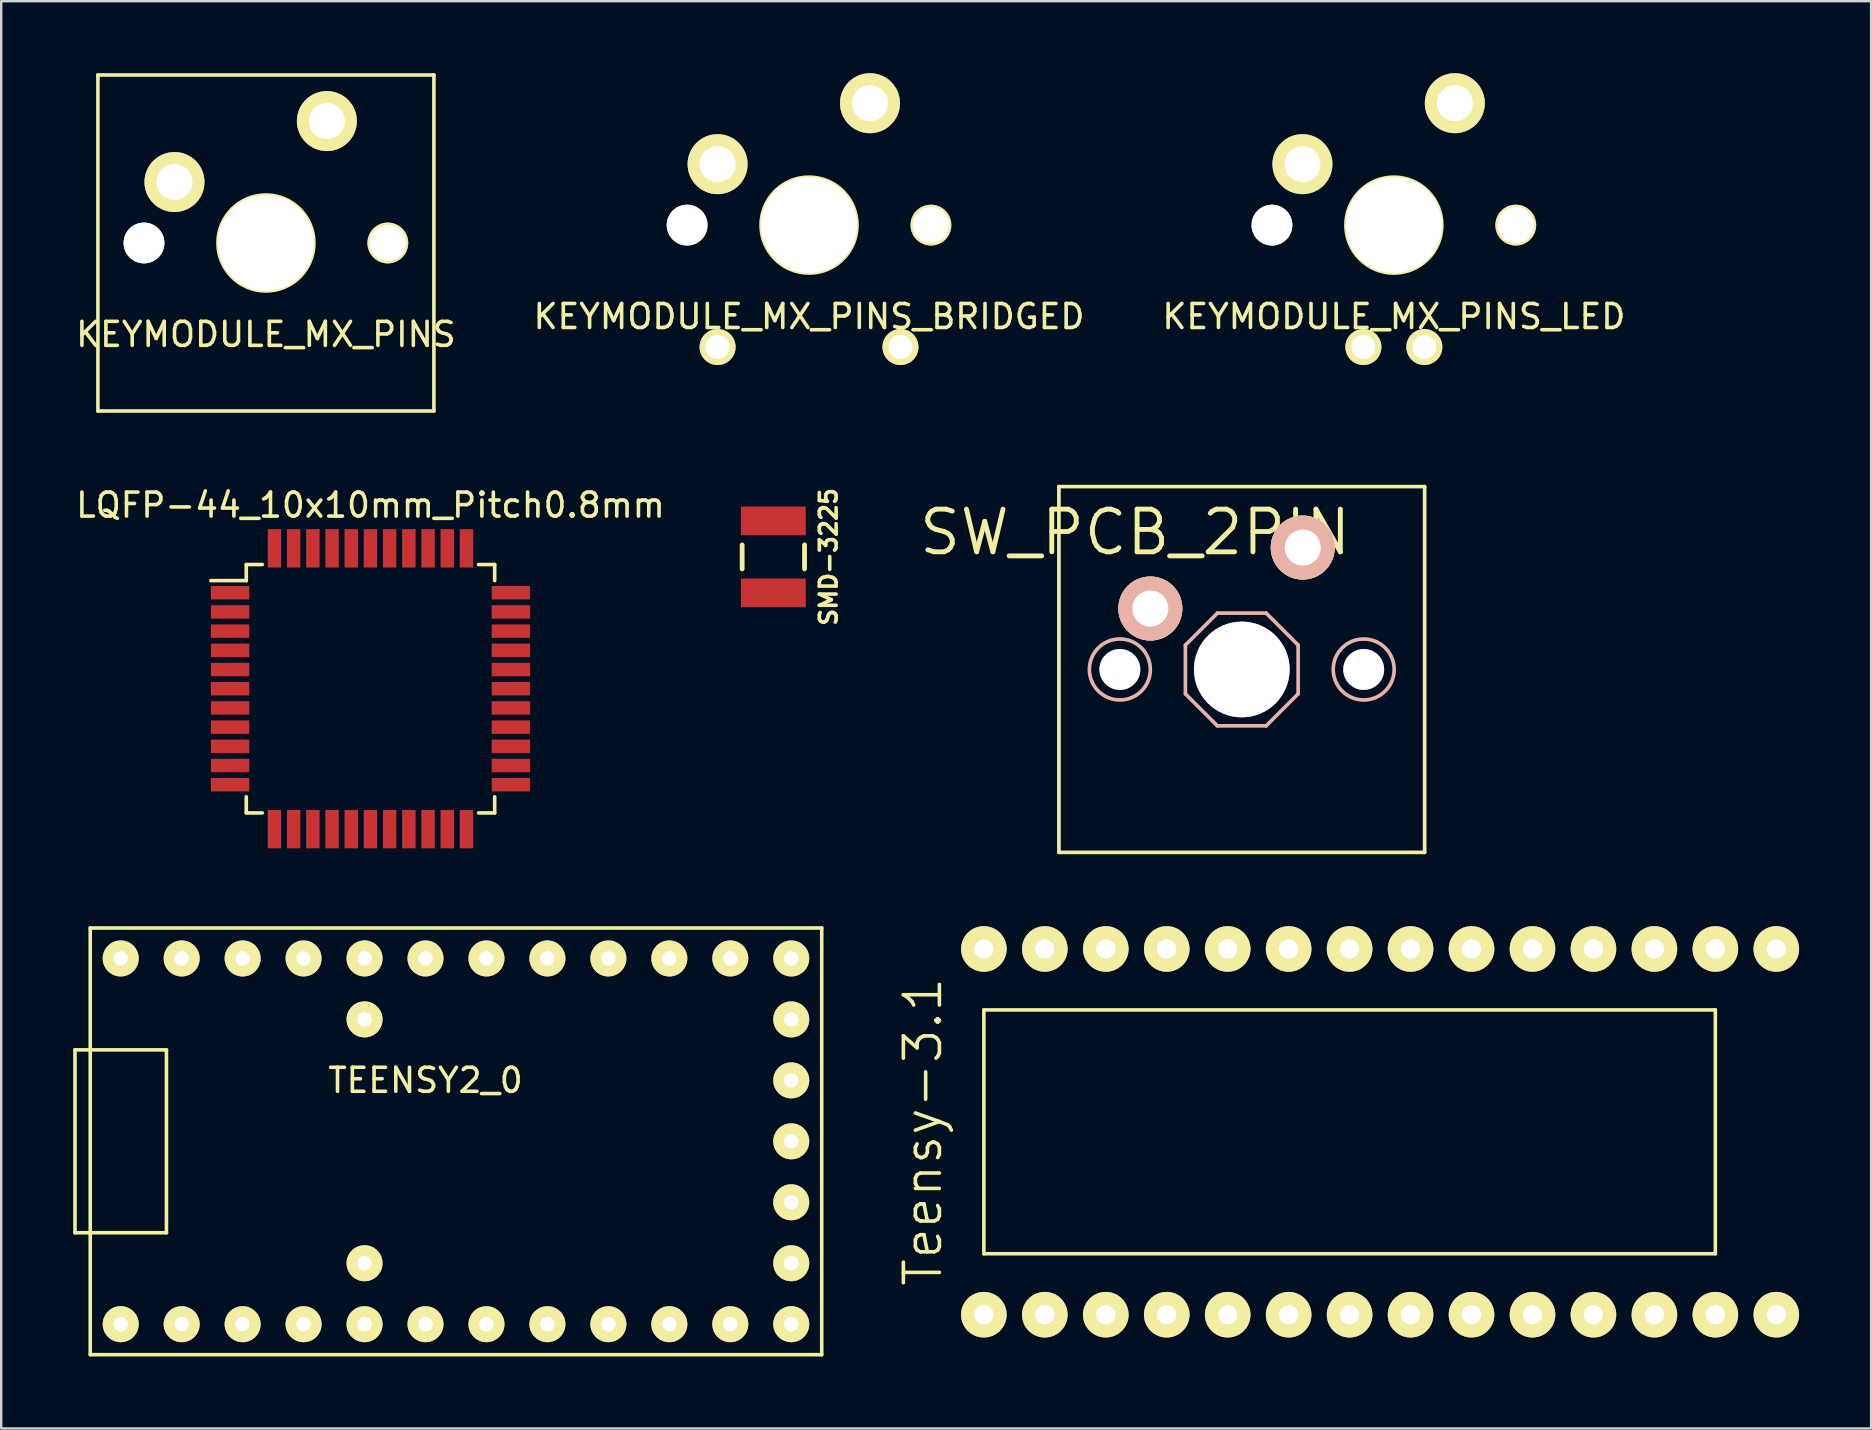
<source format=kicad_pcb>
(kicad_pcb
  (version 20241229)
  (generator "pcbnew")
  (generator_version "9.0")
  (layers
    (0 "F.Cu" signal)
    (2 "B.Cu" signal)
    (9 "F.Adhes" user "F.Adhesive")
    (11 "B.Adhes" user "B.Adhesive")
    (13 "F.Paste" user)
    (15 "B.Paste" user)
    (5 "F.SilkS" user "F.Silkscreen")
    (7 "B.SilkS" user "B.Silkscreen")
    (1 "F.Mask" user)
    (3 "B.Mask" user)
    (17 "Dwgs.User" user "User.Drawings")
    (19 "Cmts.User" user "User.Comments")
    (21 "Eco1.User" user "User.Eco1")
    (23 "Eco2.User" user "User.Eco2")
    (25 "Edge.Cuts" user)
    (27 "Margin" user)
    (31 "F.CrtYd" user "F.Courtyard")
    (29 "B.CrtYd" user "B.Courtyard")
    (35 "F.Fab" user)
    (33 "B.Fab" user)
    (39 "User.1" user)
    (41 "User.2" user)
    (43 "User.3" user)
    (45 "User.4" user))
  (footprint "KEYMODULE_MX_PINS"
    (layer "F.Cu")
    (at 8.03 7.075)
    (property "Reference" "KEYMODULE_MX_PINS" (at 0 3.81 0) (layer "F.SilkS") (effects (font (size 1 1) (thickness 0.15))))
    (attr through_hole)
    (fp_line (start -7 -7) (end -7 7) (stroke (width 0.15) (type solid)) (layer "F.SilkS"))
    (fp_line (start -7 7) (end 7 7) (stroke (width 0.15) (type solid)) (layer "F.SilkS"))
    (fp_line (start 7 -7) (end -7 -7) (stroke (width 0.15) (type solid)) (layer "F.SilkS"))
    (fp_line (start 7 7) (end 7 -7) (stroke (width 0.15) (type solid)) (layer "F.SilkS"))
    (fp_circle (center 0 0) (end 2 0) (stroke (width 0.15) (type solid)) (fill no) (layer "F.SilkS"))
    (pad "" np_thru_hole circle (at -5.08 0) (size 1.7 1.7) (drill 1.7) (layers "*.Cu" "*.Mask" "F.SilkS"))
    (pad "" np_thru_hole circle (at 0 0) (size 4 4) (drill 4) (layers "*.Cu" "*.Mask" "F.SilkS"))
    (pad "" np_thru_hole circle (at 5.08 0) (size 1.7 1.7) (drill 1.5) (layers "*.Cu" "*.Mask" "F.SilkS"))
    (pad "1" thru_hole circle (at 2.54 -5.08) (size 2.5 2.5) (drill 1.5) (layers "*.Cu" "*.Mask" "F.SilkS"))
    (pad "2" thru_hole circle (at -3.81 -2.54) (size 2.5 2.5) (drill 1.5) (layers "*.Cu" "*.Mask" "F.SilkS")))
  (footprint "KEYMODULE_MX_PINS_BRIDGED"
    (layer "F.Cu")
    (at 30.661 6.33)
    (property "Reference" "KEYMODULE_MX_PINS_BRIDGED" (at 0 3.81 0) (layer "F.SilkS") (effects (font (size 1 1) (thickness 0.15))))
    (attr through_hole)
    (fp_circle (center 0 0) (end 2 0) (stroke (width 0.15) (type solid)) (fill no) (layer "F.SilkS"))
    (pad "" np_thru_hole circle (at -5.08 0) (size 1.7 1.7) (drill 1.7) (layers "*.Cu" "*.Mask" "F.SilkS"))
    (pad "" np_thru_hole circle (at 0 0) (size 4 4) (drill 4) (layers "*.Cu" "*.Mask" "F.SilkS"))
    (pad "" np_thru_hole circle (at 5.08 0) (size 1.7 1.7) (drill 1.5) (layers "*.Cu" "*.Mask" "F.SilkS"))
    (pad "1" thru_hole circle (at -3.81 -2.54) (size 2.5 2.5) (drill 1.5) (layers "*.Cu" "*.Mask" "F.SilkS"))
    (pad "2" thru_hole circle (at 2.54 -5.08) (size 2.5 2.5) (drill 1.5) (layers "*.Cu" "*.Mask" "F.SilkS"))
    (pad "3" thru_hole circle (at -3.81 5.08) (size 1.5 1.5) (drill 1) (layers "*.Cu" "*.Mask" "F.SilkS"))
    (pad "4" thru_hole circle (at 3.81 5.08) (size 1.5 1.5) (drill 1) (layers "*.Cu" "*.Mask" "F.SilkS")))
  (footprint "TEENSY2_0"
    (layer "F.Cu")
    (at 14.68 44.507)
    (property "Reference" "TEENSY2_0" (at 0 -2.54 0) (layer "F.SilkS") (effects (font (size 1 1) (thickness 0.15))))
    (attr through_hole)
    (fp_line (start -14.605 -3.81) (end -14.605 3.81) (stroke (width 0.15) (type solid)) (layer "F.SilkS"))
    (fp_line (start -14.605 -3.81) (end -10.795 -3.81) (stroke (width 0.15) (type solid)) (layer "F.SilkS"))
    (fp_line (start -14.605 3.81) (end -10.795 3.81) (stroke (width 0.15) (type solid)) (layer "F.SilkS"))
    (fp_line (start -13.97 -8.89) (end -13.97 8.89) (stroke (width 0.15) (type solid)) (layer "F.SilkS"))
    (fp_line (start -13.97 8.89) (end 16.51 8.89) (stroke (width 0.15) (type solid)) (layer "F.SilkS"))
    (fp_line (start -10.795 3.81) (end -10.795 -3.81) (stroke (width 0.15) (type solid)) (layer "F.SilkS"))
    (fp_line (start 16.51 -8.89) (end -13.97 -8.89) (stroke (width 0.15) (type solid)) (layer "F.SilkS"))
    (fp_line (start 16.51 8.89) (end 16.51 -8.89) (stroke (width 0.15) (type solid)) (layer "F.SilkS"))
    (pad "0" thru_hole circle (at -10.16 7.62) (size 1.5 1.5) (drill 0.6) (layers "*.Cu" "*.Mask" "F.SilkS"))
    (pad "1" thru_hole circle (at -7.62 7.62) (size 1.5 1.5) (drill 0.6) (layers "*.Cu" "*.Mask" "F.SilkS"))
    (pad "2" thru_hole circle (at -5.08 7.62) (size 1.5 1.5) (drill 0.6) (layers "*.Cu" "*.Mask" "F.SilkS"))
    (pad "3" thru_hole circle (at -2.54 7.62) (size 1.5 1.5) (drill 0.6) (layers "*.Cu" "*.Mask" "F.SilkS"))
    (pad "4" thru_hole circle (at 0 7.62) (size 1.5 1.5) (drill 0.6) (layers "*.Cu" "*.Mask" "F.SilkS"))
    (pad "5" thru_hole circle (at 2.54 7.62) (size 1.5 1.5) (drill 0.6) (layers "*.Cu" "*.Mask" "F.SilkS"))
    (pad "6" thru_hole circle (at 5.08 7.62) (size 1.5 1.5) (drill 0.6) (layers "*.Cu" "*.Mask" "F.SilkS"))
    (pad "7" thru_hole circle (at 7.62 7.62) (size 1.5 1.5) (drill 0.6) (layers "*.Cu" "*.Mask" "F.SilkS"))
    (pad "8" thru_hole circle (at 10.16 7.62) (size 1.5 1.5) (drill 0.6) (layers "*.Cu" "*.Mask" "F.SilkS"))
    (pad "9" thru_hole circle (at 12.7 7.62) (size 1.5 1.5) (drill 0.6) (layers "*.Cu" "*.Mask" "F.SilkS"))
    (pad "10" thru_hole circle (at 15.24 7.62) (size 1.5 1.5) (drill 0.6) (layers "*.Cu" "*.Mask" "F.SilkS"))
    (pad "11" thru_hole circle (at 15.24 -7.62) (size 1.5 1.5) (drill 0.6) (layers "*.Cu" "*.Mask" "F.SilkS"))
    (pad "12" thru_hole circle (at 12.7 -7.62) (size 1.5 1.5) (drill 0.6) (layers "*.Cu" "*.Mask" "F.SilkS"))
    (pad "13" thru_hole circle (at 10.16 -7.62) (size 1.5 1.5) (drill 0.6) (layers "*.Cu" "*.Mask" "F.SilkS"))
    (pad "14" thru_hole circle (at 7.62 -7.62) (size 1.5 1.5) (drill 0.6) (layers "*.Cu" "*.Mask" "F.SilkS"))
    (pad "15" thru_hole circle (at 5.08 -7.62) (size 1.5 1.5) (drill 0.6) (layers "*.Cu" "*.Mask" "F.SilkS"))
    (pad "16" thru_hole circle (at 2.54 -7.62) (size 1.5 1.5) (drill 0.6) (layers "*.Cu" "*.Mask" "F.SilkS"))
    (pad "17" thru_hole circle (at 0 -7.62) (size 1.5 1.5) (drill 0.6) (layers "*.Cu" "*.Mask" "F.SilkS"))
    (pad "18" thru_hole circle (at -2.54 -7.62) (size 1.5 1.5) (drill 0.6) (layers "*.Cu" "*.Mask" "F.SilkS"))
    (pad "19" thru_hole circle (at -5.08 -7.62) (size 1.5 1.5) (drill 0.6) (layers "*.Cu" "*.Mask" "F.SilkS"))
    (pad "20" thru_hole circle (at -7.62 -7.62) (size 1.5 1.5) (drill 0.6) (layers "*.Cu" "*.Mask" "F.SilkS"))
    (pad "21" thru_hole circle (at -10.16 -7.62) (size 1.5 1.5) (drill 0.6) (layers "*.Cu" "*.Mask" "F.SilkS"))
    (pad "22" thru_hole circle (at 15.24 -5.08) (size 1.5 1.5) (drill 0.6) (layers "*.Cu" "*.Mask" "F.SilkS"))
    (pad "23" thru_hole circle (at 15.24 5.08) (size 1.5 1.5) (drill 0.6) (layers "*.Cu" "*.Mask" "F.SilkS"))
    (pad "24" thru_hole circle (at -2.54 5.08) (size 1.5 1.5) (drill 0.6) (layers "*.Cu" "*.Mask" "F.SilkS"))
    (pad "25" thru_hole circle (at -2.54 -5.08) (size 1.5 1.5) (drill 0.6) (layers "*.Cu" "*.Mask" "F.SilkS"))
    (pad "26" thru_hole circle (at 15.24 -2.54) (size 1.5 1.5) (drill 0.6) (layers "*.Cu" "*.Mask" "F.SilkS"))
    (pad "27" thru_hole circle (at 15.24 2.54) (size 1.5 1.5) (drill 0.6) (layers "*.Cu" "*.Mask" "F.SilkS"))
    (pad "28" thru_hole circle (at -12.7 -7.62) (size 1.5 1.5) (drill 0.6) (layers "*.Cu" "*.Mask" "F.SilkS"))
    (pad "29" thru_hole circle (at 15.24 0) (size 1.5 1.5) (drill 0.6) (layers "*.Cu" "*.Mask" "F.SilkS"))
    (pad "30" thru_hole circle (at -12.7 7.62) (size 1.5 1.5) (drill 0.6) (layers "*.Cu" "*.Mask" "F.SilkS")))
  (footprint "SMD-3225"
    (layer "F.Cu")
    (at 29.174 20.155)
    (property "Reference" "SMD-3225" (at 2.3 0 90) (layer "F.SilkS") (effects (font (size 0.7 0.7) (thickness 0.15))))
    (attr through_hole)
    (fp_line (start -1.3 0.5) (end -1.3 -0.5) (stroke (width 0.2) (type solid)) (layer "F.SilkS"))
    (fp_line (start 1.3 -0.5) (end 1.3 0.5) (stroke (width 0.2) (type solid)) (layer "F.SilkS"))
    (pad "1" smd rect (at 0 -1.5) (size 2.7 1.2) (layers "F.Cu" "F.Mask" "F.Paste"))
    (pad "2" smd rect (at 0 1.5) (size 2.7 1.2) (layers "F.Cu" "F.Mask" "F.Paste")))
  (footprint "KEYMODULE_MX_PINS_LED"
    (layer "F.Cu")
    (at 55.03 6.33)
    (property "Reference" "KEYMODULE_MX_PINS_LED" (at 0 3.81 0) (layer "F.SilkS") (effects (font (size 1 1) (thickness 0.15))))
    (attr through_hole)
    (fp_circle (center 0 0) (end 2 0) (stroke (width 0.15) (type solid)) (fill no) (layer "F.SilkS"))
    (pad "" np_thru_hole circle (at -5.08 0) (size 1.7 1.7) (drill 1.7) (layers "*.Cu" "*.Mask" "F.SilkS"))
    (pad "" np_thru_hole circle (at 0 0) (size 4 4) (drill 4) (layers "*.Cu" "*.Mask" "F.SilkS"))
    (pad "" np_thru_hole circle (at 5.08 0) (size 1.7 1.7) (drill 1.5) (layers "*.Cu" "*.Mask" "F.SilkS"))
    (pad "1" thru_hole circle (at -3.81 -2.54) (size 2.5 2.5) (drill 1.5) (layers "*.Cu" "*.Mask" "F.SilkS"))
    (pad "2" thru_hole circle (at 2.54 -5.08) (size 2.5 2.5) (drill 1.5) (layers "*.Cu" "*.Mask" "F.SilkS"))
    (pad "3" thru_hole circle (at -1.27 5.08) (size 1.5 1.5) (drill 1) (layers "*.Cu" "*.Mask" "F.SilkS"))
    (pad "4" thru_hole circle (at 1.27 5.08) (size 1.5 1.5) (drill 1) (layers "*.Cu" "*.Mask" "F.SilkS")))
  (footprint "Teensy-3.1"
    (layer "F.Cu")
    (at 40.486 51.732)
    (property "Reference" "Teensy-3.1" (at -5.08 -7.62 90) (layer "F.SilkS") (effects (font (size 1.5 1.5) (thickness 0.15))))
    (attr through_hole)
    (fp_line (start -2.54 -12.7) (end 27.94 -12.7) (stroke (width 0.15) (type solid)) (layer "F.SilkS"))
    (fp_line (start -2.54 -2.54) (end -2.54 -12.7) (stroke (width 0.15) (type solid)) (layer "F.SilkS"))
    (fp_line (start 27.94 -12.7) (end 27.94 -2.54) (stroke (width 0.15) (type solid)) (layer "F.SilkS"))
    (fp_line (start 27.94 -2.54) (end -2.54 -2.54) (stroke (width 0.15) (type solid)) (layer "F.SilkS"))
    (pad "0" thru_hole circle (at 0 0) (size 1.9 1.9) (drill 0.8) (layers "*.Cu" "*.Mask" "F.SilkS"))
    (pad "1" thru_hole circle (at 2.54 0) (size 1.9 1.9) (drill 0.8) (layers "*.Cu" "*.Mask" "F.SilkS"))
    (pad "2" thru_hole circle (at 5.08 0) (size 1.9 1.9) (drill 0.8) (layers "*.Cu" "*.Mask" "F.SilkS"))
    (pad "3" thru_hole circle (at 7.62 0) (size 1.9 1.9) (drill 0.8) (layers "*.Cu" "*.Mask" "F.SilkS"))
    (pad "4" thru_hole circle (at 10.16 0) (size 1.9 1.9) (drill 0.8) (layers "*.Cu" "*.Mask" "F.SilkS"))
    (pad "5" thru_hole circle (at 12.7 0) (size 1.9 1.9) (drill 0.8) (layers "*.Cu" "*.Mask" "F.SilkS"))
    (pad "6" thru_hole circle (at 15.24 0) (size 1.9 1.9) (drill 0.8) (layers "*.Cu" "*.Mask" "F.SilkS"))
    (pad "7" thru_hole circle (at 17.78 0) (size 1.9 1.9) (drill 0.8) (layers "*.Cu" "*.Mask" "F.SilkS"))
    (pad "8" thru_hole circle (at 20.32 0) (size 1.9 1.9) (drill 0.8) (layers "*.Cu" "*.Mask" "F.SilkS"))
    (pad "9" thru_hole circle (at 22.86 0) (size 1.9 1.9) (drill 0.8) (layers "*.Cu" "*.Mask" "F.SilkS"))
    (pad "10" thru_hole circle (at 25.4 0) (size 1.9 1.9) (drill 0.8) (layers "*.Cu" "*.Mask" "F.SilkS"))
    (pad "11" thru_hole circle (at 27.94 0) (size 1.9 1.9) (drill 0.8) (layers "*.Cu" "*.Mask" "F.SilkS"))
    (pad "12" thru_hole circle (at 30.48 0) (size 1.9 1.9) (drill 0.8) (layers "*.Cu" "*.Mask" "F.SilkS"))
    (pad "13" thru_hole circle (at 30.48 -15.24) (size 1.9 1.9) (drill 0.8) (layers "*.Cu" "*.Mask" "F.SilkS"))
    (pad "14" thru_hole circle (at 27.94 -15.24) (size 1.9 1.9) (drill 0.8) (layers "*.Cu" "*.Mask" "F.SilkS"))
    (pad "15" thru_hole circle (at 25.4 -15.24) (size 1.9 1.9) (drill 0.8) (layers "*.Cu" "*.Mask" "F.SilkS"))
    (pad "16" thru_hole circle (at 22.86 -15.24) (size 1.9 1.9) (drill 0.8) (layers "*.Cu" "*.Mask" "F.SilkS"))
    (pad "17" thru_hole circle (at 20.32 -15.24) (size 1.9 1.9) (drill 0.8) (layers "*.Cu" "*.Mask" "F.SilkS"))
    (pad "18" thru_hole circle (at 17.78 -15.24) (size 1.9 1.9) (drill 0.8) (layers "*.Cu" "*.Mask" "F.SilkS"))
    (pad "19" thru_hole circle (at 15.24 -15.24) (size 1.9 1.9) (drill 0.8) (layers "*.Cu" "*.Mask" "F.SilkS"))
    (pad "20" thru_hole circle (at 12.7 -15.24) (size 1.9 1.9) (drill 0.8) (layers "*.Cu" "*.Mask" "F.SilkS"))
    (pad "21" thru_hole circle (at 10.16 -15.24) (size 1.9 1.9) (drill 0.8) (layers "*.Cu" "*.Mask" "F.SilkS"))
    (pad "22" thru_hole circle (at 7.62 -15.24) (size 1.9 1.9) (drill 0.8) (layers "*.Cu" "*.Mask" "F.SilkS"))
    (pad "23" thru_hole circle (at 5.08 -15.24) (size 1.9 1.9) (drill 0.8) (layers "*.Cu" "*.Mask" "F.SilkS"))
    (pad "24" thru_hole circle (at 2.54 -15.24) (size 1.9 1.9) (drill 0.8) (layers "*.Cu" "*.Mask" "F.SilkS"))
    (pad "25" thru_hole circle (at 0 -15.24) (size 1.9 1.9) (drill 0.8) (layers "*.Cu" "*.Mask" "F.SilkS"))
    (pad "26" thru_hole circle (at -2.54 -15.24) (size 1.9 1.9) (drill 0.8) (layers "*.Cu" "*.Mask" "F.SilkS"))
    (pad "27" thru_hole circle (at -2.54 0) (size 1.9 1.9) (drill 0.8) (layers "*.Cu" "*.Mask" "F.SilkS")))
  (footprint "LQFP-44_10x10mm_Pitch0.8mm"
    (layer "F.Cu")
    (at 12.387 25.648)
    (property "Reference" "LQFP-44_10x10mm_Pitch0.8mm" (at 0 -7.65 0) (layer "F.SilkS") (effects (font (size 1 1) (thickness 0.15))))
    (attr smd)
    (fp_line (start -5.175 -5.175) (end -5.175 -4.505) (stroke (width 0.15) (type solid)) (layer "F.SilkS"))
    (fp_line (start -5.175 -5.175) (end -4.505 -5.175) (stroke (width 0.15) (type solid)) (layer "F.SilkS"))
    (fp_line (start -5.175 -4.505) (end -6.65 -4.505) (stroke (width 0.15) (type solid)) (layer "F.SilkS"))
    (fp_line (start -5.175 5.175) (end -5.175 4.505) (stroke (width 0.15) (type solid)) (layer "F.SilkS"))
    (fp_line (start -5.175 5.175) (end -4.505 5.175) (stroke (width 0.15) (type solid)) (layer "F.SilkS"))
    (fp_line (start 5.175 -5.175) (end 4.505 -5.175) (stroke (width 0.15) (type solid)) (layer "F.SilkS"))
    (fp_line (start 5.175 -5.175) (end 5.175 -4.505) (stroke (width 0.15) (type solid)) (layer "F.SilkS"))
    (fp_line (start 5.175 5.175) (end 4.505 5.175) (stroke (width 0.15) (type solid)) (layer "F.SilkS"))
    (fp_line (start 5.175 5.175) (end 5.175 4.505) (stroke (width 0.15) (type solid)) (layer "F.SilkS"))
    (pad "1" smd rect (at -5.85 -4) (size 1.6 0.56) (layers "F.Cu" "F.Mask" "F.Paste"))
    (pad "2" smd rect (at -5.85 -3.2) (size 1.6 0.56) (layers "F.Cu" "F.Mask" "F.Paste"))
    (pad "3" smd rect (at -5.85 -2.4) (size 1.6 0.56) (layers "F.Cu" "F.Mask" "F.Paste"))
    (pad "4" smd rect (at -5.85 -1.6) (size 1.6 0.56) (layers "F.Cu" "F.Mask" "F.Paste"))
    (pad "5" smd rect (at -5.85 -0.8) (size 1.6 0.56) (layers "F.Cu" "F.Mask" "F.Paste"))
    (pad "6" smd rect (at -5.85 0) (size 1.6 0.56) (layers "F.Cu" "F.Mask" "F.Paste"))
    (pad "7" smd rect (at -5.85 0.8) (size 1.6 0.56) (layers "F.Cu" "F.Mask" "F.Paste"))
    (pad "8" smd rect (at -5.85 1.6) (size 1.6 0.56) (layers "F.Cu" "F.Mask" "F.Paste"))
    (pad "9" smd rect (at -5.85 2.4) (size 1.6 0.56) (layers "F.Cu" "F.Mask" "F.Paste"))
    (pad "10" smd rect (at -5.85 3.2) (size 1.6 0.56) (layers "F.Cu" "F.Mask" "F.Paste"))
    (pad "11" smd rect (at -5.85 4) (size 1.6 0.56) (layers "F.Cu" "F.Mask" "F.Paste"))
    (pad "12" smd rect (at -4 5.85 90) (size 1.6 0.56) (layers "F.Cu" "F.Mask" "F.Paste"))
    (pad "13" smd rect (at -3.2 5.85 90) (size 1.6 0.56) (layers "F.Cu" "F.Mask" "F.Paste"))
    (pad "14" smd rect (at -2.4 5.85 90) (size 1.6 0.56) (layers "F.Cu" "F.Mask" "F.Paste"))
    (pad "15" smd rect (at -1.6 5.85 90) (size 1.6 0.56) (layers "F.Cu" "F.Mask" "F.Paste"))
    (pad "16" smd rect (at -0.8 5.85 90) (size 1.6 0.56) (layers "F.Cu" "F.Mask" "F.Paste"))
    (pad "17" smd rect (at 0 5.85 90) (size 1.6 0.56) (layers "F.Cu" "F.Mask" "F.Paste"))
    (pad "18" smd rect (at 0.8 5.85 90) (size 1.6 0.56) (layers "F.Cu" "F.Mask" "F.Paste"))
    (pad "19" smd rect (at 1.6 5.85 90) (size 1.6 0.56) (layers "F.Cu" "F.Mask" "F.Paste"))
    (pad "20" smd rect (at 2.4 5.85 90) (size 1.6 0.56) (layers "F.Cu" "F.Mask" "F.Paste"))
    (pad "21" smd rect (at 3.2 5.85 90) (size 1.6 0.56) (layers "F.Cu" "F.Mask" "F.Paste"))
    (pad "22" smd rect (at 4 5.85 90) (size 1.6 0.56) (layers "F.Cu" "F.Mask" "F.Paste"))
    (pad "23" smd rect (at 5.85 4) (size 1.6 0.56) (layers "F.Cu" "F.Mask" "F.Paste"))
    (pad "24" smd rect (at 5.85 3.2) (size 1.6 0.56) (layers "F.Cu" "F.Mask" "F.Paste"))
    (pad "25" smd rect (at 5.85 2.4) (size 1.6 0.56) (layers "F.Cu" "F.Mask" "F.Paste"))
    (pad "26" smd rect (at 5.85 1.6) (size 1.6 0.56) (layers "F.Cu" "F.Mask" "F.Paste"))
    (pad "27" smd rect (at 5.85 0.8) (size 1.6 0.56) (layers "F.Cu" "F.Mask" "F.Paste"))
    (pad "28" smd rect (at 5.85 0) (size 1.6 0.56) (layers "F.Cu" "F.Mask" "F.Paste"))
    (pad "29" smd rect (at 5.85 -0.8) (size 1.6 0.56) (layers "F.Cu" "F.Mask" "F.Paste"))
    (pad "30" smd rect (at 5.85 -1.6) (size 1.6 0.56) (layers "F.Cu" "F.Mask" "F.Paste"))
    (pad "31" smd rect (at 5.85 -2.4) (size 1.6 0.56) (layers "F.Cu" "F.Mask" "F.Paste"))
    (pad "32" smd rect (at 5.85 -3.2) (size 1.6 0.56) (layers "F.Cu" "F.Mask" "F.Paste"))
    (pad "33" smd rect (at 5.85 -4) (size 1.6 0.56) (layers "F.Cu" "F.Mask" "F.Paste"))
    (pad "34" smd rect (at 4 -5.85 90) (size 1.6 0.56) (layers "F.Cu" "F.Mask" "F.Paste"))
    (pad "35" smd rect (at 3.2 -5.85 90) (size 1.6 0.56) (layers "F.Cu" "F.Mask" "F.Paste"))
    (pad "36" smd rect (at 2.4 -5.85 90) (size 1.6 0.56) (layers "F.Cu" "F.Mask" "F.Paste"))
    (pad "37" smd rect (at 1.6 -5.85 90) (size 1.6 0.56) (layers "F.Cu" "F.Mask" "F.Paste"))
    (pad "38" smd rect (at 0.8 -5.85 90) (size 1.6 0.56) (layers "F.Cu" "F.Mask" "F.Paste"))
    (pad "39" smd rect (at 0 -5.85 90) (size 1.6 0.56) (layers "F.Cu" "F.Mask" "F.Paste"))
    (pad "40" smd rect (at -0.8 -5.85 90) (size 1.6 0.56) (layers "F.Cu" "F.Mask" "F.Paste"))
    (pad "41" smd rect (at -1.6 -5.85 90) (size 1.6 0.56) (layers "F.Cu" "F.Mask" "F.Paste"))
    (pad "42" smd rect (at -2.4 -5.85 90) (size 1.6 0.56) (layers "F.Cu" "F.Mask" "F.Paste"))
    (pad "43" smd rect (at -3.2 -5.85 90) (size 1.6 0.56) (layers "F.Cu" "F.Mask" "F.Paste"))
    (pad "44" smd rect (at -4 -5.85 90) (size 1.6 0.56) (layers "F.Cu" "F.Mask" "F.Paste")))
  (footprint "SW_PCB_2PIN"
    (layer "F.Cu")
    (at 48.693 24.846)
    (property "Reference" "SW_PCB_2PIN" (at -4.445 -5.715 0) (layer "F.SilkS") (effects (font (size 1.778 1.778) (thickness 0.203))))
    (attr through_hole)
    (fp_line (start -7.62 -7.62) (end 7.62 -7.62) (stroke (width 0.152) (type solid)) (layer "F.SilkS"))
    (fp_line (start -7.62 7.62) (end -7.62 -7.62) (stroke (width 0.152) (type solid)) (layer "F.SilkS"))
    (fp_line (start 7.62 -7.62) (end 7.62 7.62) (stroke (width 0.152) (type solid)) (layer "F.SilkS"))
    (fp_line (start 7.62 7.62) (end -7.62 7.62) (stroke (width 0.152) (type solid)) (layer "F.SilkS"))
    (fp_line (start -2.349 -1.016) (end -1.016 -2.349) (stroke (width 0.152) (type solid)) (layer "B.SilkS"))
    (fp_line (start -2.349 1.016) (end -2.349 -1.016) (stroke (width 0.152) (type solid)) (layer "B.SilkS"))
    (fp_line (start -1.016 -2.349) (end 1.016 -2.349) (stroke (width 0.152) (type solid)) (layer "B.SilkS"))
    (fp_line (start -1.016 2.349) (end -2.349 1.016) (stroke (width 0.152) (type solid)) (layer "B.SilkS"))
    (fp_line (start 1.016 -2.349) (end 2.349 -1.016) (stroke (width 0.152) (type solid)) (layer "B.SilkS"))
    (fp_line (start 1.016 2.349) (end -1.016 2.349) (stroke (width 0.152) (type solid)) (layer "B.SilkS"))
    (fp_line (start 2.349 -1.016) (end 2.349 1.016) (stroke (width 0.152) (type solid)) (layer "B.SilkS"))
    (fp_line (start 2.349 1.016) (end 1.016 2.349) (stroke (width 0.152) (type solid)) (layer "B.SilkS"))
    (fp_circle (center -5.08 0) (end -3.81 0) (stroke (width 0.152) (type solid)) (fill no) (layer "B.SilkS"))
    (fp_circle (center 5.08 0) (end 6.35 0) (stroke (width 0.152) (type solid)) (fill no) (layer "B.SilkS"))
    (pad "1" thru_hole circle (at 2.54 -5.08) (size 2.667 2.667) (drill 1.499) (layers "*.Cu" "*.SilkS" "*.Mask"))
    (pad "2" thru_hole circle (at -3.81 -2.54) (size 2.667 2.667) (drill 1.499) (layers "*.Cu" "*.SilkS" "*.Mask"))
    (pad "HOLE" thru_hole circle (at -5.08 0) (size 1.702 1.702) (drill 1.702) (layers "*.Cu"))
    (pad "HOLE" thru_hole circle (at 0 0) (size 3.988 3.988) (drill 3.988) (layers "*.Cu"))
    (pad "HOLE" thru_hole circle (at 5.08 0) (size 1.702 1.702) (drill 1.702) (layers "*.Cu")))
  (gr_rect
    (start -3 -3)
    (end 74.916 56.472)
    (stroke (width 0.1) (type default))
    (fill no)
    (layer "Edge.Cuts")))
</source>
